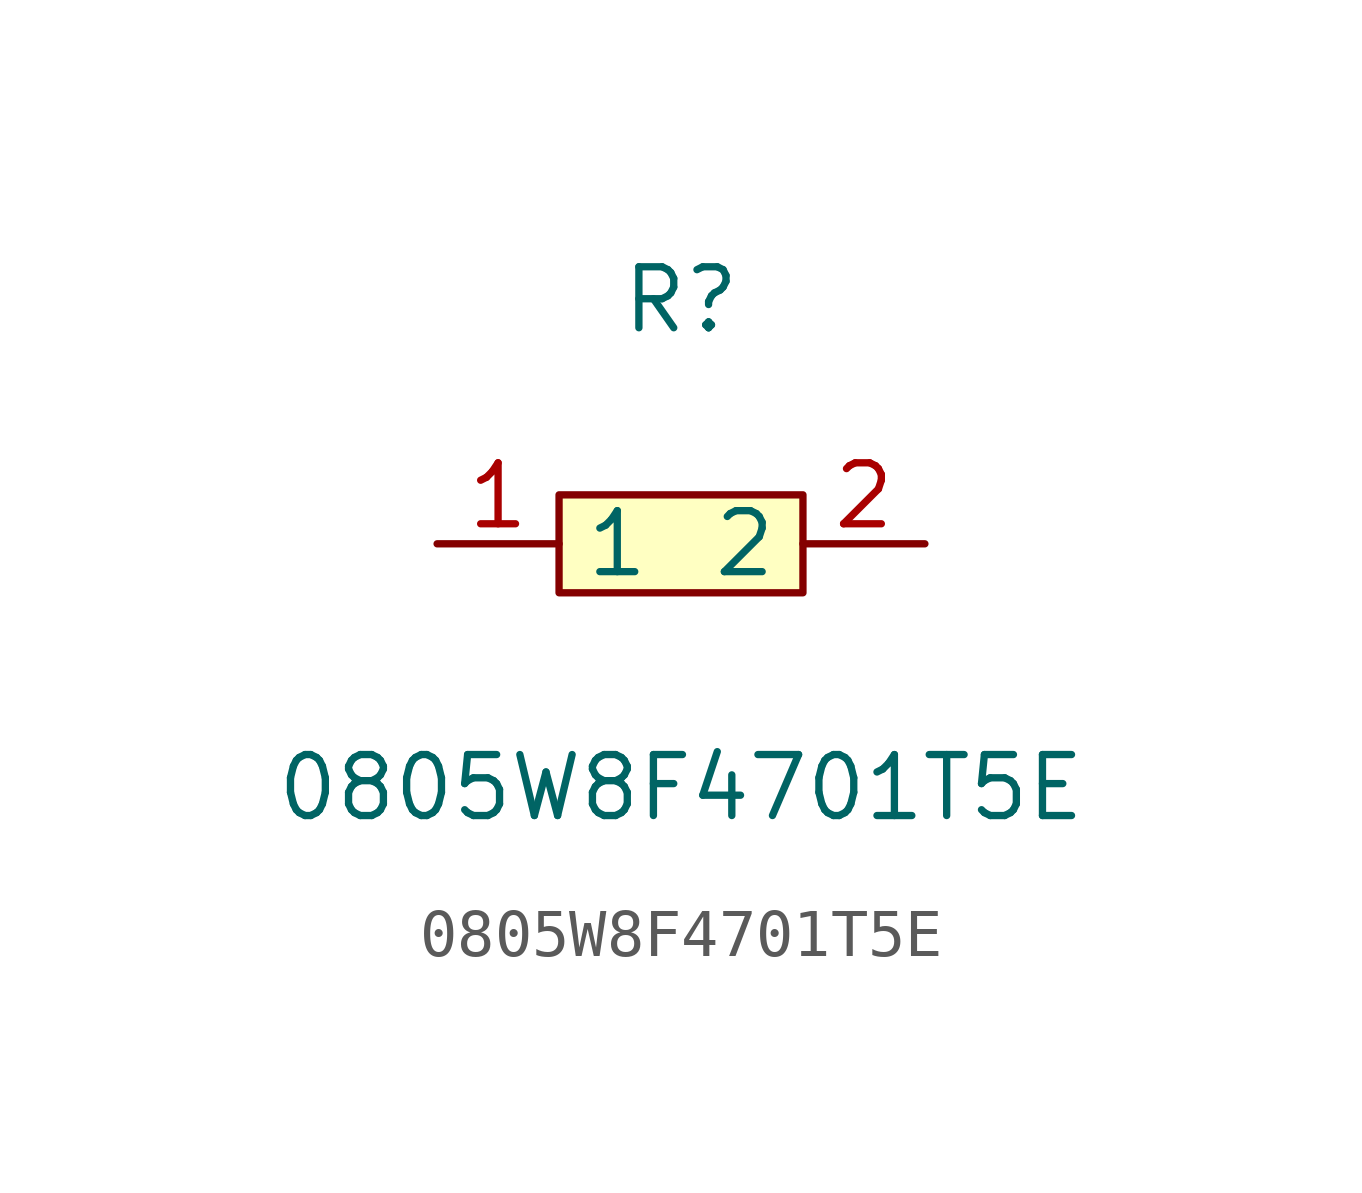
<source format=kicad_sym>
(kicad_symbol_lib
  (version 20211014)
  (generator https://github.com/uPesy/easyeda2kicad.py)
  (symbol "0805W8F4701T5E"
    (property "Reference" "R"
      (at 0 5.08 0)
      (effects (font (size 1.27 1.27))))
    (property "Value" "0805W8F4701T5E"
      (at 0 -5.08 0)
      (effects (font (size 1.27 1.27))))
    (symbol "0805W8F4701T5E_0_1"
      (rectangle (start -2.54 1.02) (end 2.54 -1.02) (stroke (width 0) (type default) (color 0 0 0 0)) (fill (type background)))
      (pin input line (at 5.08 -0.00 180) (length 2.54) (name "2" (effects (font (size 1.27 1.27)))) (number "2" (effects (font (size 1.27 1.27)))))
      (pin input line (at -5.08 -0.00 0) (length 2.54) (name "1" (effects (font (size 1.27 1.27)))) (number "1" (effects (font (size 1.27 1.27))))))))
</source>
